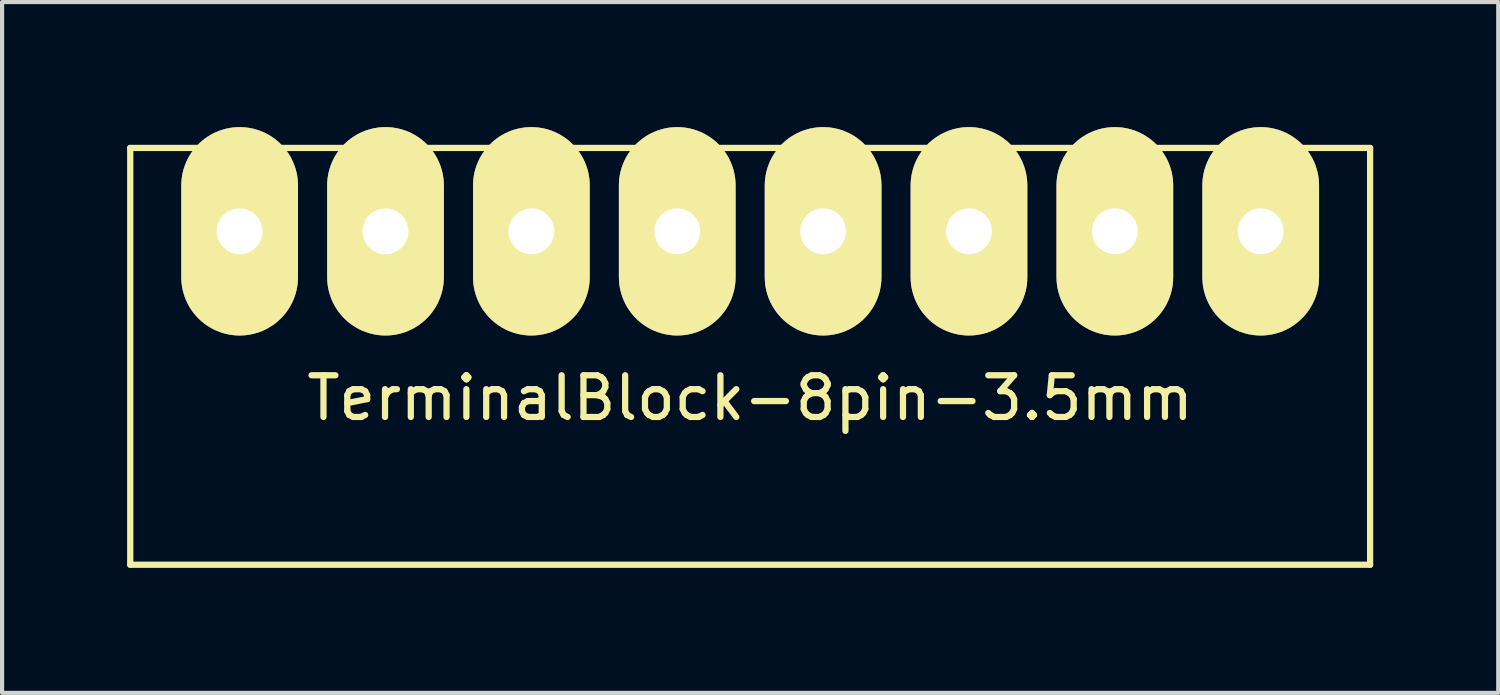
<source format=kicad_pcb>
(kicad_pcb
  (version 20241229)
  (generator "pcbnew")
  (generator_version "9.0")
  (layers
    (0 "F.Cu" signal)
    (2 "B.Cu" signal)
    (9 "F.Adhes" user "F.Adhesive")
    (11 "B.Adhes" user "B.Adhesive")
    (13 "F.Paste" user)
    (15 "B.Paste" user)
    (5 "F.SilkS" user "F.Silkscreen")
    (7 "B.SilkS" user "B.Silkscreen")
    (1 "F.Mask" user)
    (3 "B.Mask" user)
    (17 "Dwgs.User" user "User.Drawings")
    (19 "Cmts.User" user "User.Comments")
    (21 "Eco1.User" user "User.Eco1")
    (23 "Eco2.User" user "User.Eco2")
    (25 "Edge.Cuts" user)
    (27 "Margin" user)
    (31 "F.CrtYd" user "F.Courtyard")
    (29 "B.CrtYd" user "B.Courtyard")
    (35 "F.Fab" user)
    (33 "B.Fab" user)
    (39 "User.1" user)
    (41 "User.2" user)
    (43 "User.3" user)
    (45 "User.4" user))
  (footprint "TerminalBlock-8pin-3.5mm"
    (layer "F.Cu")
    (at 14.95 2.5)
    (property "Reference" "TerminalBlock-8pin-3.5mm" (at 0 4 0) (layer "F.SilkS") (effects (font (size 1 1) (thickness 0.15))))
    (attr through_hole)
    (fp_line (start -14.875 -2) (end 14.875 -2) (stroke (width 0.15) (type solid)) (layer "F.SilkS"))
    (fp_line (start -14.875 8) (end -14.875 -2) (stroke (width 0.15) (type solid)) (layer "F.SilkS"))
    (fp_line (start 14.875 -2) (end 14.875 8) (stroke (width 0.15) (type solid)) (layer "F.SilkS"))
    (fp_line (start 14.875 8) (end -14.875 8) (stroke (width 0.15) (type solid)) (layer "F.SilkS"))
    (pad "1" thru_hole oval (at -12.25 0) (size 2.8 5) (drill 1.1) (layers "*.Cu" "*.Mask" "F.SilkS"))
    (pad "2" thru_hole oval (at -8.75 0) (size 2.8 5) (drill 1.1) (layers "*.Cu" "*.Mask" "F.SilkS"))
    (pad "3" thru_hole oval (at -5.25 0) (size 2.8 5) (drill 1.1) (layers "*.Cu" "*.Mask" "F.SilkS"))
    (pad "4" thru_hole oval (at -1.75 0) (size 2.8 5) (drill 1.1) (layers "*.Cu" "*.Mask" "F.SilkS"))
    (pad "5" thru_hole oval (at 1.75 0) (size 2.8 5) (drill 1.1) (layers "*.Cu" "*.Mask" "F.SilkS"))
    (pad "6" thru_hole oval (at 5.25 0) (size 2.8 5) (drill 1.1) (layers "*.Cu" "*.Mask" "F.SilkS"))
    (pad "7" thru_hole oval (at 8.75 0) (size 2.8 5) (drill 1.1) (layers "*.Cu" "*.Mask" "F.SilkS"))
    (pad "8" thru_hole oval (at 12.25 0) (size 2.8 5) (drill 1.1) (layers "*.Cu" "*.Mask" "F.SilkS")))
  (gr_rect
    (start -3 -3)
    (end 32.9 13.575)
    (stroke (width 0.1) (type default))
    (fill no)
    (layer "Edge.Cuts")))
</source>
